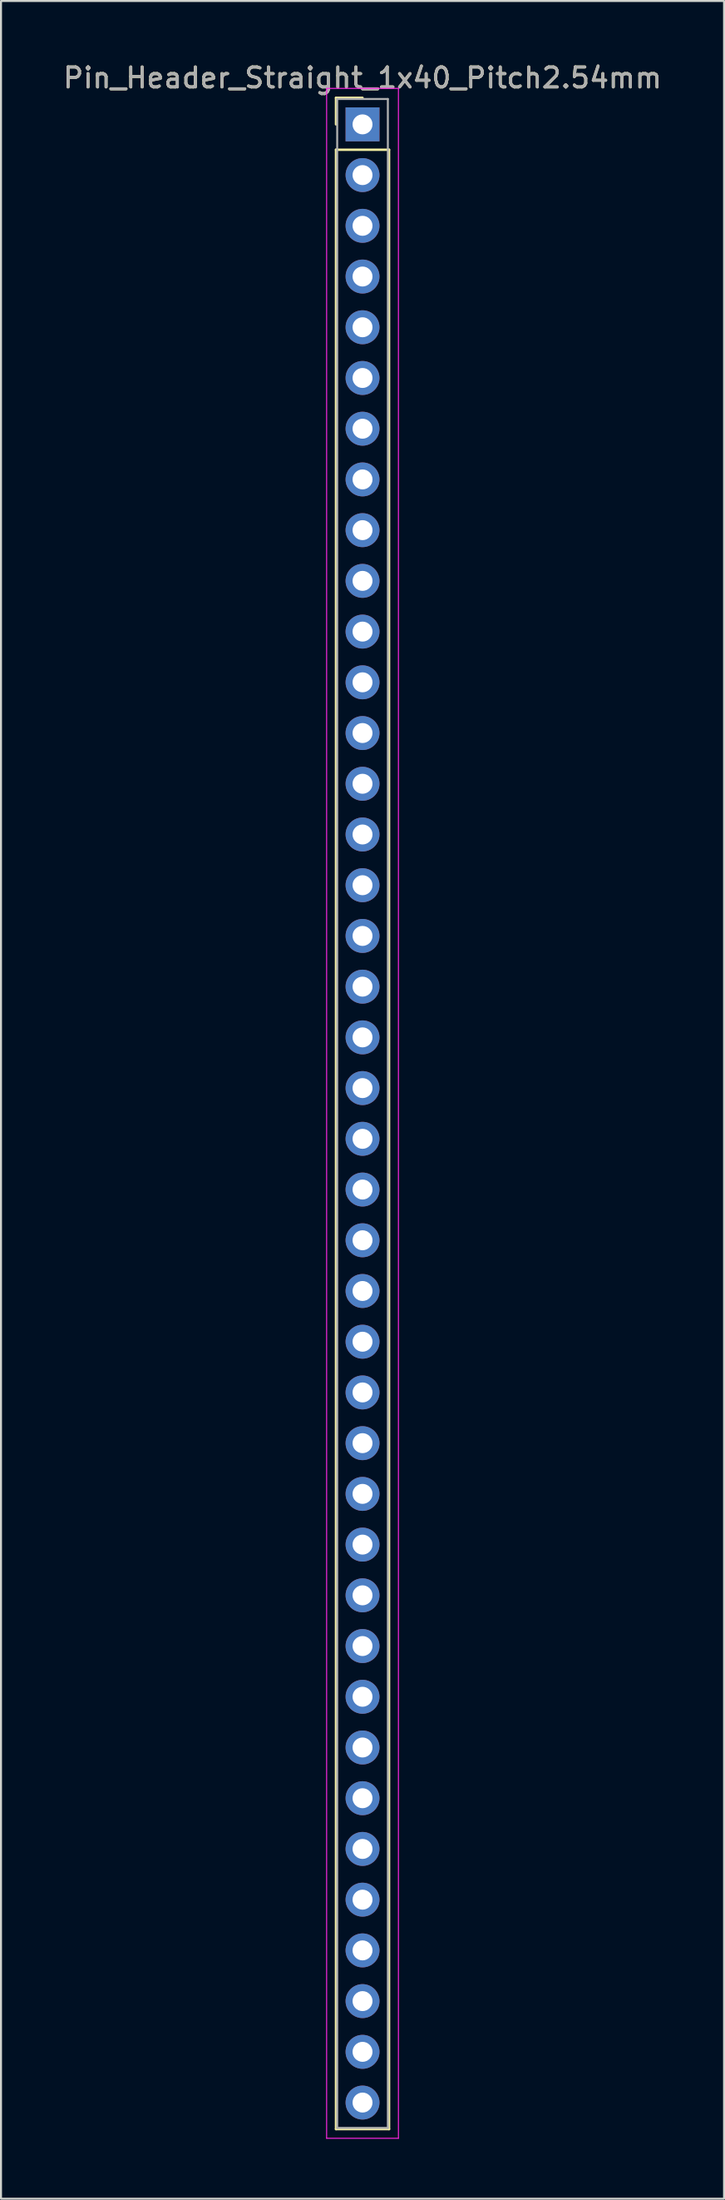
<source format=kicad_pcb>
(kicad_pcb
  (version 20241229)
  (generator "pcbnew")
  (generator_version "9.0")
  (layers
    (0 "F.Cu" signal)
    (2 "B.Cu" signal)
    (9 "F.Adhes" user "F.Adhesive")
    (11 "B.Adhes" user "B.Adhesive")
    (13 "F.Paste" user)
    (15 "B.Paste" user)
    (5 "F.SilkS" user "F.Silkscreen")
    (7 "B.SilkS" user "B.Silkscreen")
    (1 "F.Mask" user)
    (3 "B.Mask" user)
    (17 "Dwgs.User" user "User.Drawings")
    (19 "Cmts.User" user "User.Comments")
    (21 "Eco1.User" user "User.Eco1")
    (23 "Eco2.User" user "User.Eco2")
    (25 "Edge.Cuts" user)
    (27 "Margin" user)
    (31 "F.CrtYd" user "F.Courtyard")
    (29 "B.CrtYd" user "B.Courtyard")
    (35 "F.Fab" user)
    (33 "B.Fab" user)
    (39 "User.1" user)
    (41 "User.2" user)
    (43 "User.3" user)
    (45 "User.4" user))
  (footprint "Pin_Header_Straight_1x40_Pitch2.54mm"
    (layer "F.Cu")
    (at 15.125 3.178)
    (property "Reference" "Pin_Header_Straight_1x40_Pitch2.54mm" (at 0 -2.33 0) (layer "F.SilkS") (effects (font (size 1 1) (thickness 0.15))))
    (attr through_hole)
    (fp_line (start -1.33 -1.33) (end 0 -1.33) (stroke (width 0.12) (type solid)) (layer "F.SilkS"))
    (fp_line (start -1.33 0) (end -1.33 -1.33) (stroke (width 0.12) (type solid)) (layer "F.SilkS"))
    (fp_line (start -1.33 1.27) (end -1.33 100.39) (stroke (width 0.12) (type solid)) (layer "F.SilkS"))
    (fp_line (start -1.33 100.39) (end 1.33 100.39) (stroke (width 0.12) (type solid)) (layer "F.SilkS"))
    (fp_line (start 1.33 1.27) (end -1.33 1.27) (stroke (width 0.12) (type solid)) (layer "F.SilkS"))
    (fp_line (start 1.33 100.39) (end 1.33 1.27) (stroke (width 0.12) (type solid)) (layer "F.SilkS"))
    (fp_line (start -1.8 -1.8) (end -1.8 100.85) (stroke (width 0.05) (type solid)) (layer "F.CrtYd"))
    (fp_line (start -1.8 100.85) (end 1.8 100.85) (stroke (width 0.05) (type solid)) (layer "F.CrtYd"))
    (fp_line (start 1.8 -1.8) (end -1.8 -1.8) (stroke (width 0.05) (type solid)) (layer "F.CrtYd"))
    (fp_line (start 1.8 100.85) (end 1.8 -1.8) (stroke (width 0.05) (type solid)) (layer "F.CrtYd"))
    (fp_line (start -1.27 -1.27) (end -1.27 100.33) (stroke (width 0.1) (type solid)) (layer "F.Fab"))
    (fp_line (start -1.27 100.33) (end 1.27 100.33) (stroke (width 0.1) (type solid)) (layer "F.Fab"))
    (fp_line (start 1.27 -1.27) (end -1.27 -1.27) (stroke (width 0.1) (type solid)) (layer "F.Fab"))
    (fp_line (start 1.27 100.33) (end 1.27 -1.27) (stroke (width 0.1) (type solid)) (layer "F.Fab"))
    (fp_text user "${REFERENCE}" (at 0 -2.33 0) (layer "F.Fab") (effects (font (size 1 1) (thickness 0.15))))
    (pad "1" thru_hole rect (at 0 0) (size 1.7 1.7) (drill 1) (layers "*.Cu" "*.Mask"))
    (pad "2" thru_hole oval (at 0 2.54) (size 1.7 1.7) (drill 1) (layers "*.Cu" "*.Mask"))
    (pad "3" thru_hole oval (at 0 5.08) (size 1.7 1.7) (drill 1) (layers "*.Cu" "*.Mask"))
    (pad "4" thru_hole oval (at 0 7.62) (size 1.7 1.7) (drill 1) (layers "*.Cu" "*.Mask"))
    (pad "5" thru_hole oval (at 0 10.16) (size 1.7 1.7) (drill 1) (layers "*.Cu" "*.Mask"))
    (pad "6" thru_hole oval (at 0 12.7) (size 1.7 1.7) (drill 1) (layers "*.Cu" "*.Mask"))
    (pad "7" thru_hole oval (at 0 15.24) (size 1.7 1.7) (drill 1) (layers "*.Cu" "*.Mask"))
    (pad "8" thru_hole oval (at 0 17.78) (size 1.7 1.7) (drill 1) (layers "*.Cu" "*.Mask"))
    (pad "9" thru_hole oval (at 0 20.32) (size 1.7 1.7) (drill 1) (layers "*.Cu" "*.Mask"))
    (pad "10" thru_hole oval (at 0 22.86) (size 1.7 1.7) (drill 1) (layers "*.Cu" "*.Mask"))
    (pad "11" thru_hole oval (at 0 25.4) (size 1.7 1.7) (drill 1) (layers "*.Cu" "*.Mask"))
    (pad "12" thru_hole oval (at 0 27.94) (size 1.7 1.7) (drill 1) (layers "*.Cu" "*.Mask"))
    (pad "13" thru_hole oval (at 0 30.48) (size 1.7 1.7) (drill 1) (layers "*.Cu" "*.Mask"))
    (pad "14" thru_hole oval (at 0 33.02) (size 1.7 1.7) (drill 1) (layers "*.Cu" "*.Mask"))
    (pad "15" thru_hole oval (at 0 35.56) (size 1.7 1.7) (drill 1) (layers "*.Cu" "*.Mask"))
    (pad "16" thru_hole oval (at 0 38.1) (size 1.7 1.7) (drill 1) (layers "*.Cu" "*.Mask"))
    (pad "17" thru_hole oval (at 0 40.64) (size 1.7 1.7) (drill 1) (layers "*.Cu" "*.Mask"))
    (pad "18" thru_hole oval (at 0 43.18) (size 1.7 1.7) (drill 1) (layers "*.Cu" "*.Mask"))
    (pad "19" thru_hole oval (at 0 45.72) (size 1.7 1.7) (drill 1) (layers "*.Cu" "*.Mask"))
    (pad "20" thru_hole oval (at 0 48.26) (size 1.7 1.7) (drill 1) (layers "*.Cu" "*.Mask"))
    (pad "21" thru_hole oval (at 0 50.8) (size 1.7 1.7) (drill 1) (layers "*.Cu" "*.Mask"))
    (pad "22" thru_hole oval (at 0 53.34) (size 1.7 1.7) (drill 1) (layers "*.Cu" "*.Mask"))
    (pad "23" thru_hole oval (at 0 55.88) (size 1.7 1.7) (drill 1) (layers "*.Cu" "*.Mask"))
    (pad "24" thru_hole oval (at 0 58.42) (size 1.7 1.7) (drill 1) (layers "*.Cu" "*.Mask"))
    (pad "25" thru_hole oval (at 0 60.96) (size 1.7 1.7) (drill 1) (layers "*.Cu" "*.Mask"))
    (pad "26" thru_hole oval (at 0 63.5) (size 1.7 1.7) (drill 1) (layers "*.Cu" "*.Mask"))
    (pad "27" thru_hole oval (at 0 66.04) (size 1.7 1.7) (drill 1) (layers "*.Cu" "*.Mask"))
    (pad "28" thru_hole oval (at 0 68.58) (size 1.7 1.7) (drill 1) (layers "*.Cu" "*.Mask"))
    (pad "29" thru_hole oval (at 0 71.12) (size 1.7 1.7) (drill 1) (layers "*.Cu" "*.Mask"))
    (pad "30" thru_hole oval (at 0 73.66) (size 1.7 1.7) (drill 1) (layers "*.Cu" "*.Mask"))
    (pad "31" thru_hole oval (at 0 76.2) (size 1.7 1.7) (drill 1) (layers "*.Cu" "*.Mask"))
    (pad "32" thru_hole oval (at 0 78.74) (size 1.7 1.7) (drill 1) (layers "*.Cu" "*.Mask"))
    (pad "33" thru_hole oval (at 0 81.28) (size 1.7 1.7) (drill 1) (layers "*.Cu" "*.Mask"))
    (pad "34" thru_hole oval (at 0 83.82) (size 1.7 1.7) (drill 1) (layers "*.Cu" "*.Mask"))
    (pad "35" thru_hole oval (at 0 86.36) (size 1.7 1.7) (drill 1) (layers "*.Cu" "*.Mask"))
    (pad "36" thru_hole oval (at 0 88.9) (size 1.7 1.7) (drill 1) (layers "*.Cu" "*.Mask"))
    (pad "37" thru_hole oval (at 0 91.44) (size 1.7 1.7) (drill 1) (layers "*.Cu" "*.Mask"))
    (pad "38" thru_hole oval (at 0 93.98) (size 1.7 1.7) (drill 1) (layers "*.Cu" "*.Mask"))
    (pad "39" thru_hole oval (at 0 96.52) (size 1.7 1.7) (drill 1) (layers "*.Cu" "*.Mask"))
    (pad "40" thru_hole oval (at 0 99.06) (size 1.7 1.7) (drill 1) (layers "*.Cu" "*.Mask")))
  (gr_rect
    (start -3 -3)
    (end 33.25 107.053)
    (stroke (width 0.1) (type default))
    (fill no)
    (layer "Edge.Cuts")))
</source>
